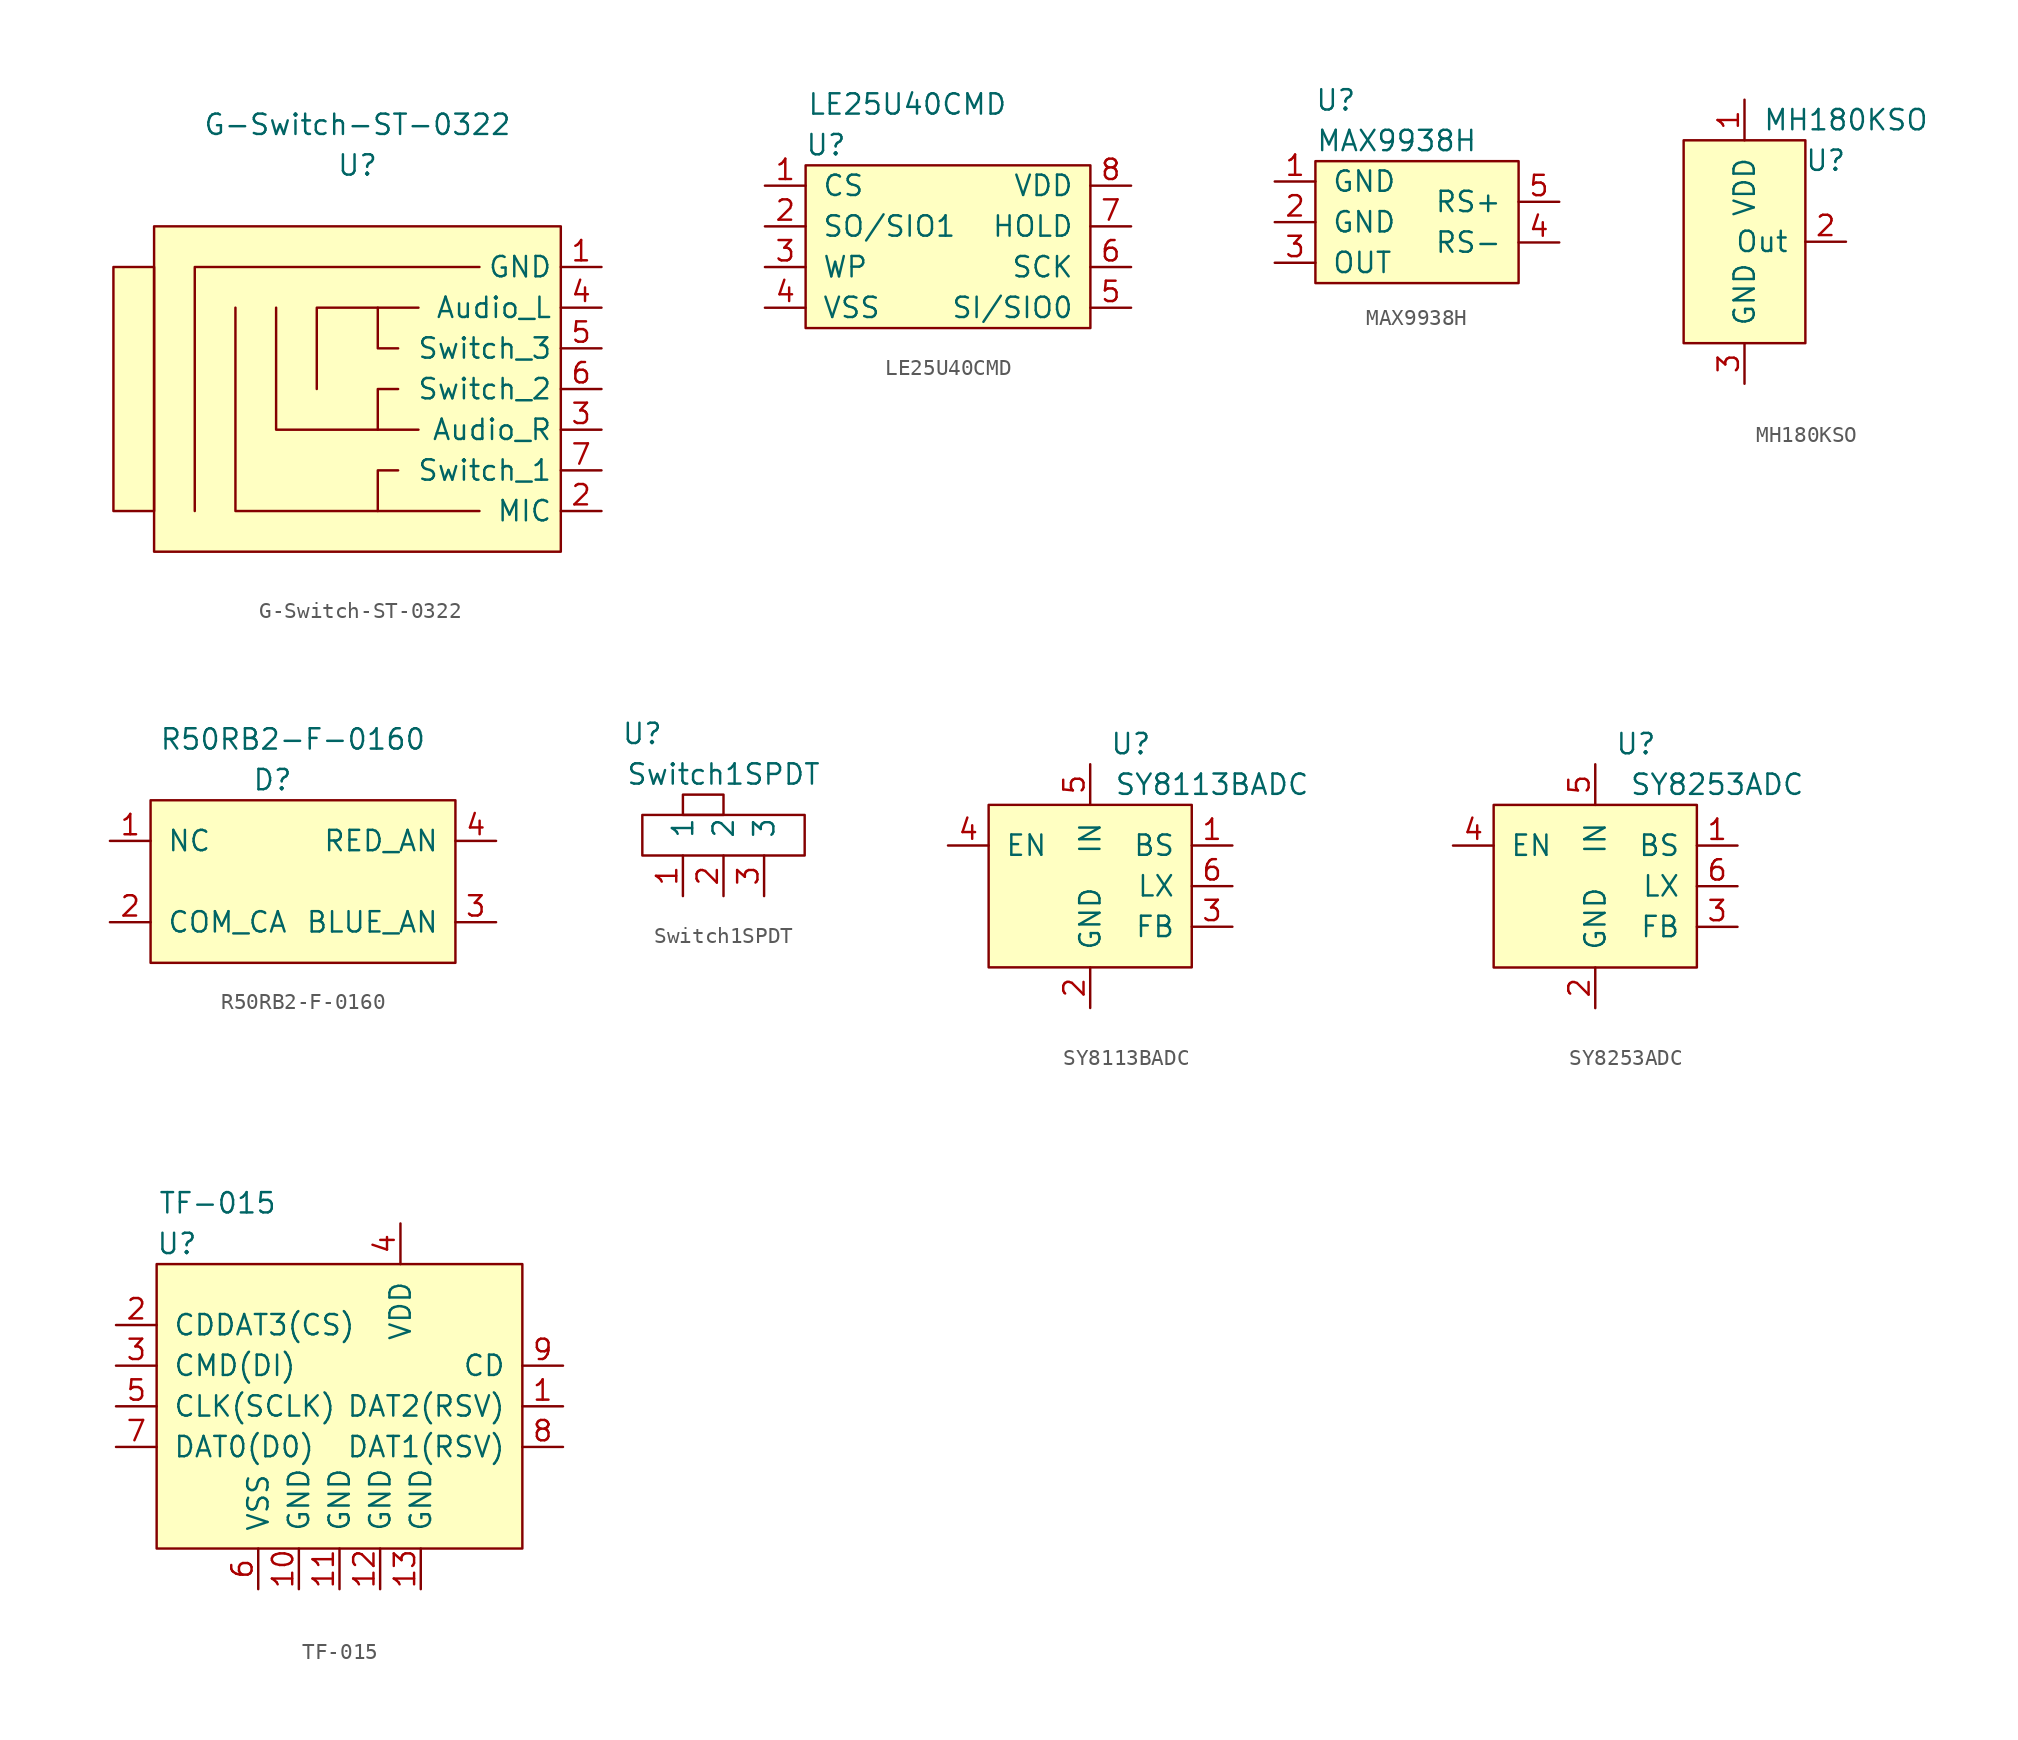
<source format=kicad_sym>
(kicad_symbol_lib
  (version 20211014)
  (generator kicad_symbol_editor)
  (symbol "G-Switch-ST-0322"
    (property "Reference" "U"
      (at 0 13.97 0)
      (effects (font (size 1.27 1.27))))
    (property "Value" "G-Switch-ST-0322"
      (at 0 16.51 0)
      (effects (font (size 1.27 1.27))))
    (symbol "G-Switch-ST-0322_0_1"
      (rectangle (start -12.7 -7.62) (end -15.24 7.62) (stroke (width 0) (type default) (color 0 0 0 0)) (fill (type background)))
      (rectangle (start -12.7 10.16) (end 12.7 -10.16) (stroke (width 0) (type default) (color 0 0 0 0)) (fill (type background)))
      (polyline (pts (xy 2.54 -5.08) (xy 1.27 -5.08) (xy 1.27 -7.62)) (stroke (width 0) (type default) (color 0 0 0 0)) (fill (type none)))
      (polyline (pts (xy 2.54 0) (xy 1.27 0) (xy 1.27 -2.54)) (stroke (width 0) (type default) (color 0 0 0 0)) (fill (type none)))
      (polyline (pts (xy 3.81 -2.54) (xy -5.08 -2.54) (xy -5.08 5.08)) (stroke (width 0) (type default) (color 0 0 0 0)) (fill (type none)))
      (polyline (pts (xy 3.81 5.08) (xy -2.54 5.08) (xy -2.54 0)) (stroke (width 0) (type default) (color 0 0 0 0)) (fill (type none)))
      (polyline (pts (xy 7.62 -7.62) (xy -7.62 -7.62) (xy -7.62 5.08)) (stroke (width 0) (type default) (color 0 0 0 0)) (fill (type none)))
      (polyline (pts (xy 7.62 7.62) (xy -10.16 7.62) (xy -10.16 -7.62)) (stroke (width 0) (type default) (color 0 0 0 0)) (fill (type none)))
      (polyline (pts (xy 2.54 2.54) (xy 1.27 2.54) (xy 1.27 5.08) (xy 1.27 2.54)) (stroke (width 0) (type default) (color 0 0 0 0)) (fill (type none))))
    (symbol "G-Switch-ST-0322_1_1"
      (pin input line (at 15.24 7.62 180) (length 2.54) (name "GND" (effects (font (size 1.27 1.27)))) (number "1" (effects (font (size 1.27 1.27)))))
      (pin input line (at 15.24 -7.62 180) (length 2.54) (name "MIC" (effects (font (size 1.27 1.27)))) (number "2" (effects (font (size 1.27 1.27)))))
      (pin input line (at 15.24 -2.54 180) (length 2.54) (name "Audio_R" (effects (font (size 1.27 1.27)))) (number "3" (effects (font (size 1.27 1.27)))))
      (pin input line (at 15.24 5.08 180) (length 2.54) (name "Audio_L" (effects (font (size 1.27 1.27)))) (number "4" (effects (font (size 1.27 1.27)))))
      (pin input line (at 15.24 2.54 180) (length 2.54) (name "Switch_3" (effects (font (size 1.27 1.27)))) (number "5" (effects (font (size 1.27 1.27)))))
      (pin input line (at 15.24 0 180) (length 2.54) (name "Switch_2" (effects (font (size 1.27 1.27)))) (number "6" (effects (font (size 1.27 1.27)))))
      (pin input line (at 15.24 -5.08 180) (length 2.54) (name "Switch_1" (effects (font (size 1.27 1.27)))) (number "7" (effects (font (size 1.27 1.27)))))))
  (symbol "LE25U40CMD"
    (pin_names
      (offset 1.016))
    (property "Reference" "U"
      (at -7.62 6.35 0)
      (effects (font (size 1.27 1.27))))
    (property "Value" "LE25U40CMD"
      (at -2.54 8.89 0)
      (effects (font (size 1.27 1.27))))
    (symbol "LE25U40CMD_0_1"
      (rectangle (start -8.89 5.08) (end 8.89 -5.08) (stroke (width 0) (type default) (color 0 0 0 0)) (fill (type background))))
    (symbol "LE25U40CMD_1_1"
      (pin input line (at -11.43 3.81 0) (length 2.54) (name "CS" (effects (font (size 1.27 1.27)))) (number "1" (effects (font (size 1.27 1.27)))))
      (pin input line (at -11.43 1.27 0) (length 2.54) (name "SO/SIO1" (effects (font (size 1.27 1.27)))) (number "2" (effects (font (size 1.27 1.27)))))
      (pin input line (at -11.43 -1.27 0) (length 2.54) (name "WP" (effects (font (size 1.27 1.27)))) (number "3" (effects (font (size 1.27 1.27)))))
      (pin input line (at -11.43 -3.81 0) (length 2.54) (name "VSS" (effects (font (size 1.27 1.27)))) (number "4" (effects (font (size 1.27 1.27)))))
      (pin input line (at 11.43 -3.81 180) (length 2.54) (name "SI/SIO0" (effects (font (size 1.27 1.27)))) (number "5" (effects (font (size 1.27 1.27)))))
      (pin input line (at 11.43 -1.27 180) (length 2.54) (name "SCK" (effects (font (size 1.27 1.27)))) (number "6" (effects (font (size 1.27 1.27)))))
      (pin input line (at 11.43 1.27 180) (length 2.54) (name "HOLD" (effects (font (size 1.27 1.27)))) (number "7" (effects (font (size 1.27 1.27)))))
      (pin input line (at 11.43 3.81 180) (length 2.54) (name "VDD" (effects (font (size 1.27 1.27)))) (number "8" (effects (font (size 1.27 1.27)))))))
  (symbol "MAX9938H"
    (pin_names
      (offset 1.016))
    (property "Reference" "U"
      (at -5.08 7.62 0)
      (effects (font (size 1.27 1.27))))
    (property "Value" "MAX9938H"
      (at -1.27 5.08 0)
      (effects (font (size 1.27 1.27))))
    (symbol "MAX9938H_1_1"
      (rectangle (start -6.35 3.81) (end 6.35 -3.81) (stroke (width 0) (type default) (color 0 0 0 0)) (fill (type background)))
      (pin input line (at -8.89 2.54 0) (length 2.54) (name "GND" (effects (font (size 1.27 1.27)))) (number "1" (effects (font (size 1.27 1.27)))))
      (pin input line (at -8.89 0 0) (length 2.54) (name "GND" (effects (font (size 1.27 1.27)))) (number "2" (effects (font (size 1.27 1.27)))))
      (pin input line (at -8.89 -2.54 0) (length 2.54) (name "OUT" (effects (font (size 1.27 1.27)))) (number "3" (effects (font (size 1.27 1.27)))))
      (pin input line (at 8.89 -1.27 180) (length 2.54) (name "RS-" (effects (font (size 1.27 1.27)))) (number "4" (effects (font (size 1.27 1.27)))))
      (pin input line (at 8.89 1.27 180) (length 2.54) (name "RS+" (effects (font (size 1.27 1.27)))) (number "5" (effects (font (size 1.27 1.27)))))))
  (symbol "MH180KSO"
    (pin_names
      (offset 1.016))
    (property "Reference" "U"
      (at 5.08 5.08 0)
      (effects (font (size 1.27 1.27))))
    (property "Value" "MH180KSO"
      (at 6.35 7.62 0)
      (effects (font (size 1.27 1.27))))
    (symbol "MH180KSO_0_1"
      (rectangle (start -3.81 6.35) (end 3.81 -6.35) (stroke (width 0) (type default) (color 0 0 0 0)) (fill (type background))))
    (symbol "MH180KSO_1_1"
      (pin power_in line (at 0 8.89 270) (length 2.54) (name "VDD" (effects (font (size 1.27 1.27)))) (number "1" (effects (font (size 1.27 1.27)))))
      (pin output line (at 6.35 0 180) (length 2.54) (name "Out" (effects (font (size 1.27 1.27)))) (number "2" (effects (font (size 1.27 1.27)))))
      (pin power_in line (at 0 -8.89 90) (length 2.54) (name "GND" (effects (font (size 1.27 1.27)))) (number "3" (effects (font (size 1.27 1.27)))))))
  (symbol "R50RB2-F-0160"
    (pin_names
      (offset 1.016))
    (property "Reference" "D"
      (at -1.27 6.35 0)
      (effects (font (size 1.27 1.27))))
    (property "Value" "R50RB2-F-0160"
      (at 0 8.89 0)
      (effects (font (size 1.27 1.27))))
    (symbol "R50RB2-F-0160_0_1"
      (rectangle (start -8.89 5.08) (end 10.16 -5.08) (stroke (width 0) (type default) (color 0 0 0 0)) (fill (type background))))
    (symbol "R50RB2-F-0160_1_1"
      (pin input line (at -11.43 2.54 0) (length 2.54) (name "NC" (effects (font (size 1.27 1.27)))) (number "1" (effects (font (size 1.27 1.27)))))
      (pin input line (at -11.43 -2.54 0) (length 2.54) (name "COM_CA" (effects (font (size 1.27 1.27)))) (number "2" (effects (font (size 1.27 1.27)))))
      (pin input line (at 12.7 -2.54 180) (length 2.54) (name "BLUE_AN" (effects (font (size 1.27 1.27)))) (number "3" (effects (font (size 1.27 1.27)))))
      (pin input line (at 12.7 2.54 180) (length 2.54) (name "RED_AN" (effects (font (size 1.27 1.27)))) (number "4" (effects (font (size 1.27 1.27)))))))
  (symbol "Switch1SPDT"
    (pin_names
      (offset 1.016))
    (property "Reference" "U"
      (at -5.08 7.62 0)
      (effects (font (size 1.27 1.27))))
    (property "Value" "Switch1SPDT"
      (at 0 5.08 0)
      (effects (font (size 1.27 1.27))))
    (symbol "Switch1SPDT_0_1"
      (rectangle (start -5.08 2.54) (end 5.08 0) (stroke (width 0) (type default) (color 0 0 0 0)) (fill (type none)))
      (rectangle (start -2.54 2.54) (end 0 3.81) (stroke (width 0) (type default) (color 0 0 0 0)) (fill (type none))))
    (symbol "Switch1SPDT_1_1"
      (pin tri_state line (at -2.54 -2.54 90) (length 2.54) (name "1" (effects (font (size 1.27 1.27)))) (number "1" (effects (font (size 1.27 1.27)))))
      (pin tri_state line (at 0 -2.54 90) (length 2.54) (name "2" (effects (font (size 1.27 1.27)))) (number "2" (effects (font (size 1.27 1.27)))))
      (pin tri_state line (at 2.54 -2.54 90) (length 2.54) (name "3" (effects (font (size 1.27 1.27)))) (number "3" (effects (font (size 1.27 1.27)))))))
  (symbol "SY8113BADC"
    (pin_names
      (offset 1.016))
    (property "Reference" "U"
      (at 2.54 8.89 0)
      (effects (font (size 1.27 1.27))))
    (property "Value" "SY8113BADC"
      (at 7.62 6.35 0)
      (effects (font (size 1.27 1.27))))
    (symbol "SY8113BADC_0_1"
      (rectangle (start -6.35 5.08) (end 6.35 -5.08) (stroke (width 0) (type default) (color 0 0 0 0)) (fill (type background))))
    (symbol "SY8113BADC_1_1"
      (pin input line (at 8.89 2.54 180) (length 2.54) (name "BS" (effects (font (size 1.27 1.27)))) (number "1" (effects (font (size 1.27 1.27)))))
      (pin power_in line (at 0 -7.62 90) (length 2.54) (name "GND" (effects (font (size 1.27 1.27)))) (number "2" (effects (font (size 1.27 1.27)))))
      (pin input line (at 8.89 -2.54 180) (length 2.54) (name "FB" (effects (font (size 1.27 1.27)))) (number "3" (effects (font (size 1.27 1.27)))))
      (pin input line (at -8.89 2.54 0) (length 2.54) (name "EN" (effects (font (size 1.27 1.27)))) (number "4" (effects (font (size 1.27 1.27)))))
      (pin power_in line (at 0 7.62 270) (length 2.54) (name "IN" (effects (font (size 1.27 1.27)))) (number "5" (effects (font (size 1.27 1.27)))))
      (pin output line (at 8.89 0 180) (length 2.54) (name "LX" (effects (font (size 1.27 1.27)))) (number "6" (effects (font (size 1.27 1.27)))))))
  (symbol "SY8253ADC"
    (pin_names
      (offset 1.016))
    (property "Reference" "U"
      (at 2.54 8.89 0)
      (effects (font (size 1.27 1.27))))
    (property "Value" "SY8253ADC"
      (at 7.62 6.35 0)
      (effects (font (size 1.27 1.27))))
    (symbol "SY8253ADC_0_1"
      (rectangle (start -6.35 5.08) (end 6.35 -5.08) (stroke (width 0) (type default) (color 0 0 0 0)) (fill (type background))))
    (symbol "SY8253ADC_1_1"
      (pin input line (at 8.89 2.54 180) (length 2.54) (name "BS" (effects (font (size 1.27 1.27)))) (number "1" (effects (font (size 1.27 1.27)))))
      (pin power_in line (at 0 -7.62 90) (length 2.54) (name "GND" (effects (font (size 1.27 1.27)))) (number "2" (effects (font (size 1.27 1.27)))))
      (pin input line (at 8.89 -2.54 180) (length 2.54) (name "FB" (effects (font (size 1.27 1.27)))) (number "3" (effects (font (size 1.27 1.27)))))
      (pin input line (at -8.89 2.54 0) (length 2.54) (name "EN" (effects (font (size 1.27 1.27)))) (number "4" (effects (font (size 1.27 1.27)))))
      (pin power_in line (at 0 7.62 270) (length 2.54) (name "IN" (effects (font (size 1.27 1.27)))) (number "5" (effects (font (size 1.27 1.27)))))
      (pin output line (at 8.89 0 180) (length 2.54) (name "LX" (effects (font (size 1.27 1.27)))) (number "6" (effects (font (size 1.27 1.27)))))))
  (symbol "TF-015"
    (pin_names
      (offset 1.016))
    (property "Reference" "U"
      (at -10.16 10.16 0)
      (effects (font (size 1.27 1.27))))
    (property "Value" "TF-015"
      (at -7.62 12.7 0)
      (effects (font (size 1.27 1.27))))
    (symbol "TF-015_0_1"
      (rectangle (start -11.43 8.89) (end 11.43 -8.89) (stroke (width 0) (type default) (color 0 0 0 0)) (fill (type background))))
    (symbol "TF-015_1_1"
      (pin input line (at 13.97 0 180) (length 2.54) (name "DAT2(RSV)" (effects (font (size 1.27 1.27)))) (number "1" (effects (font (size 1.27 1.27)))))
      (pin input line (at -2.54 -11.43 90) (length 2.54) (name "GND" (effects (font (size 1.27 1.27)))) (number "10" (effects (font (size 1.27 1.27)))))
      (pin input line (at 0 -11.43 90) (length 2.54) (name "GND" (effects (font (size 1.27 1.27)))) (number "11" (effects (font (size 1.27 1.27)))))
      (pin input line (at 2.54 -11.43 90) (length 2.54) (name "GND" (effects (font (size 1.27 1.27)))) (number "12" (effects (font (size 1.27 1.27)))))
      (pin input line (at 5.08 -11.43 90) (length 2.54) (name "GND" (effects (font (size 1.27 1.27)))) (number "13" (effects (font (size 1.27 1.27)))))
      (pin input line (at -13.97 5.08 0) (length 2.54) (name "CDDAT3(CS)" (effects (font (size 1.27 1.27)))) (number "2" (effects (font (size 1.27 1.27)))))
      (pin input line (at -13.97 2.54 0) (length 2.54) (name "CMD(DI)" (effects (font (size 1.27 1.27)))) (number "3" (effects (font (size 1.27 1.27)))))
      (pin input line (at 3.81 11.43 270) (length 2.54) (name "VDD" (effects (font (size 1.27 1.27)))) (number "4" (effects (font (size 1.27 1.27)))))
      (pin input line (at -13.97 0 0) (length 2.54) (name "CLK(SCLK)" (effects (font (size 1.27 1.27)))) (number "5" (effects (font (size 1.27 1.27)))))
      (pin input line (at -5.08 -11.43 90) (length 2.54) (name "VSS" (effects (font (size 1.27 1.27)))) (number "6" (effects (font (size 1.27 1.27)))))
      (pin input line (at -13.97 -2.54 0) (length 2.54) (name "DAT0(D0)" (effects (font (size 1.27 1.27)))) (number "7" (effects (font (size 1.27 1.27)))))
      (pin input line (at 13.97 -2.54 180) (length 2.54) (name "DAT1(RSV)" (effects (font (size 1.27 1.27)))) (number "8" (effects (font (size 1.27 1.27)))))
      (pin input line (at 13.97 2.54 180) (length 2.54) (name "CD" (effects (font (size 1.27 1.27)))) (number "9" (effects (font (size 1.27 1.27))))))))
</source>
